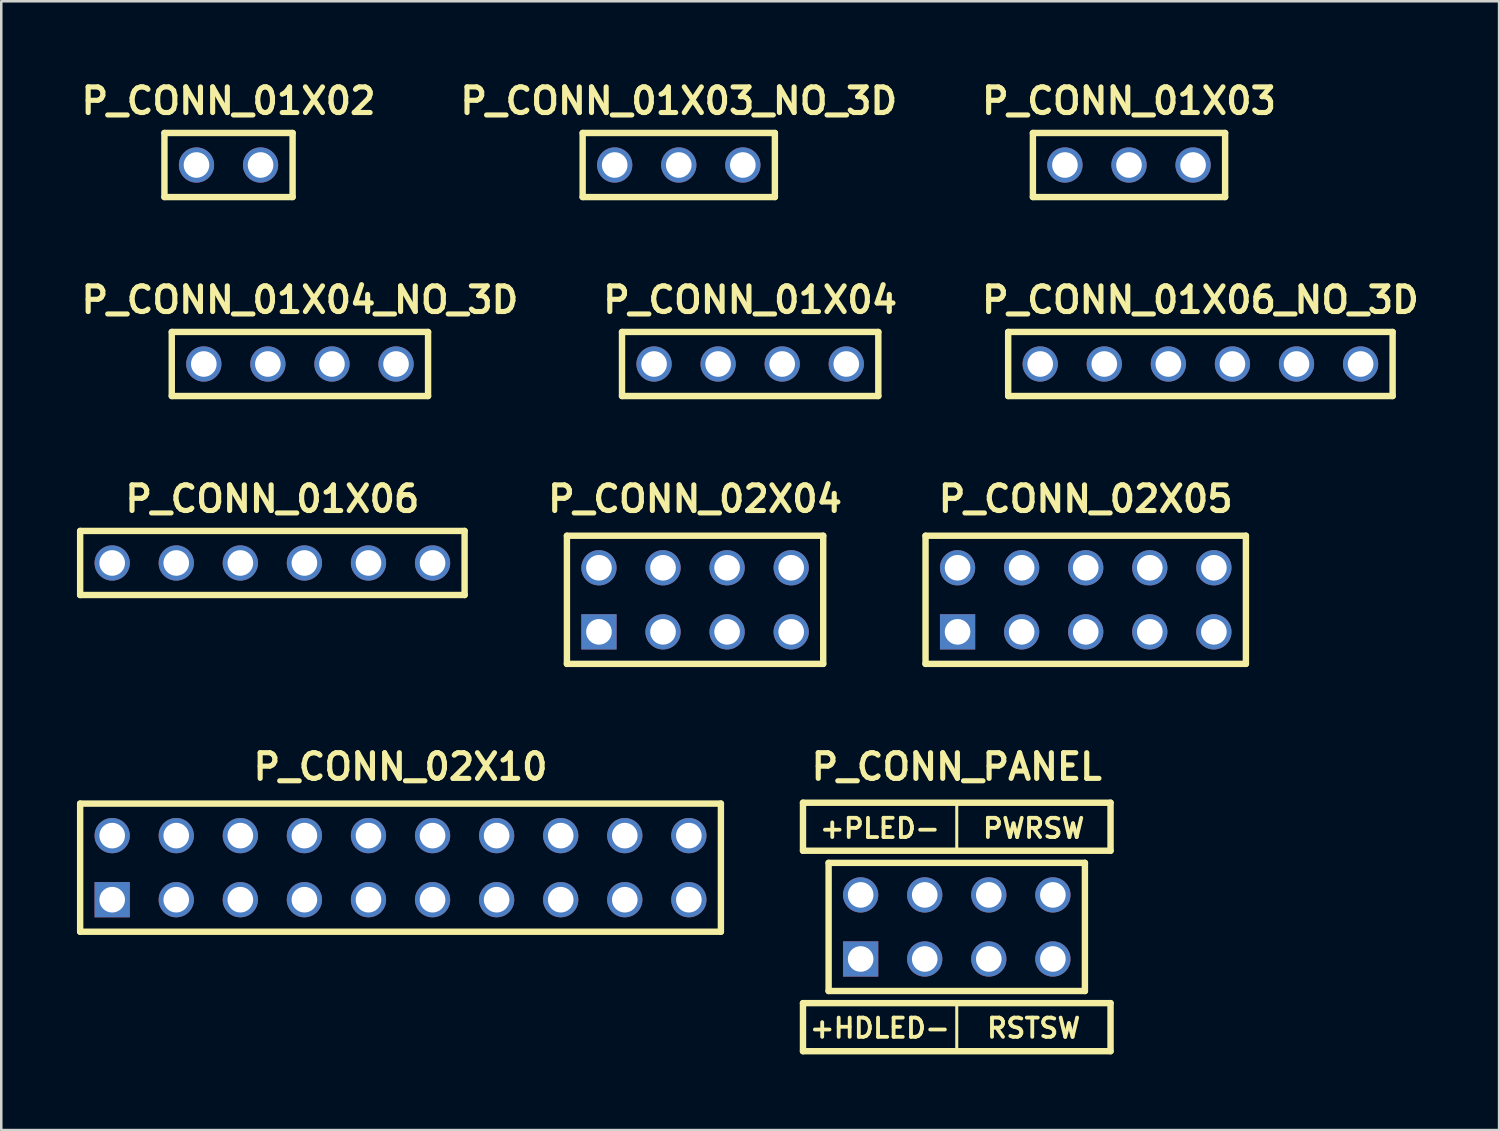
<source format=kicad_pcb>
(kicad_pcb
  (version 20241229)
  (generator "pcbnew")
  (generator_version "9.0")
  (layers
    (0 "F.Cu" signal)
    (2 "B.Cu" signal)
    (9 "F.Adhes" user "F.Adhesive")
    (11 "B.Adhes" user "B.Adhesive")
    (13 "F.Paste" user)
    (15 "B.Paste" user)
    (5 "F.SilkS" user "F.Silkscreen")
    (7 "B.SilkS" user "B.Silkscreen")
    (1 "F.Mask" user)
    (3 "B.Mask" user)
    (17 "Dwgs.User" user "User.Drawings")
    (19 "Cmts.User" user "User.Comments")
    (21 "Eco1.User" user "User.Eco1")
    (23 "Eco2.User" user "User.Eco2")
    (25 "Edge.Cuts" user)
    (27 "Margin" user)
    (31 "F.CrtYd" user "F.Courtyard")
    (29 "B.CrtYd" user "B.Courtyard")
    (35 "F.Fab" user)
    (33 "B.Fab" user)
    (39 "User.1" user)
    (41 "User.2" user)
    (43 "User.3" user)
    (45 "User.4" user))
  (footprint "P_CONN_02X10"
    (layer "F.Cu")
    (at 12.827 31.345)
    (property "Reference" "P_CONN_02X10" (at 0 -4 180) (layer "F.SilkS") (effects (font (size 1.016 1.016) (thickness 0.203))))
    (property "Value" "${VALUE}" (at 0 4 0) (layer "F.SilkS") (hide yes) (effects (font (size 1.016 0.914) (thickness 0.203) (italic yes))))
    (attr through_hole)
    (fp_line (start -12.7 -2.54) (end 12.7 -2.54) (stroke (width 0.254) (type solid)) (layer "F.SilkS"))
    (fp_line (start -12.7 2.54) (end -12.7 -2.54) (stroke (width 0.254) (type solid)) (layer "F.SilkS"))
    (fp_line (start 12.7 -2.54) (end 12.7 2.54) (stroke (width 0.254) (type solid)) (layer "F.SilkS"))
    (fp_line (start 12.7 2.54) (end -12.7 2.54) (stroke (width 0.254) (type solid)) (layer "F.SilkS"))
    (pad "1" thru_hole rect (at -11.43 1.27) (size 1.397 1.397) (drill 1.016) (layers "*.Cu" "*.Mask"))
    (pad "2" thru_hole circle (at -11.43 -1.27) (size 1.397 1.397) (drill 1.016) (layers "*.Cu" "*.Mask"))
    (pad "3" thru_hole circle (at -8.89 1.27) (size 1.397 1.397) (drill 1.016) (layers "*.Cu" "*.Mask"))
    (pad "4" thru_hole circle (at -8.89 -1.27) (size 1.397 1.397) (drill 1.016) (layers "*.Cu" "*.Mask"))
    (pad "5" thru_hole circle (at -6.35 1.27) (size 1.397 1.397) (drill 1.016) (layers "*.Cu" "*.Mask"))
    (pad "6" thru_hole circle (at -6.35 -1.27) (size 1.397 1.397) (drill 1.016) (layers "*.Cu" "*.Mask"))
    (pad "7" thru_hole circle (at -3.81 1.27) (size 1.397 1.397) (drill 1.016) (layers "*.Cu" "*.Mask"))
    (pad "8" thru_hole circle (at -3.81 -1.27) (size 1.397 1.397) (drill 1.016) (layers "*.Cu" "*.Mask"))
    (pad "9" thru_hole circle (at -1.27 1.27) (size 1.397 1.397) (drill 1.016) (layers "*.Cu" "*.Mask"))
    (pad "10" thru_hole circle (at -1.27 -1.27) (size 1.397 1.397) (drill 1.016) (layers "*.Cu" "*.Mask"))
    (pad "11" thru_hole circle (at 1.27 1.27) (size 1.397 1.397) (drill 1.016) (layers "*.Cu" "*.Mask"))
    (pad "12" thru_hole circle (at 1.27 -1.27) (size 1.397 1.397) (drill 1.016) (layers "*.Cu" "*.Mask"))
    (pad "13" thru_hole circle (at 3.81 1.27) (size 1.397 1.397) (drill 1.016) (layers "*.Cu" "*.Mask"))
    (pad "14" thru_hole circle (at 3.81 -1.27) (size 1.397 1.397) (drill 1.016) (layers "*.Cu" "*.Mask"))
    (pad "15" thru_hole circle (at 6.35 1.27) (size 1.397 1.397) (drill 1.016) (layers "*.Cu" "*.Mask"))
    (pad "16" thru_hole circle (at 6.35 -1.27) (size 1.397 1.397) (drill 1.016) (layers "*.Cu" "*.Mask"))
    (pad "17" thru_hole circle (at 8.89 1.27) (size 1.397 1.397) (drill 1.016) (layers "*.Cu" "*.Mask"))
    (pad "18" thru_hole circle (at 8.89 -1.27) (size 1.397 1.397) (drill 1.016) (layers "*.Cu" "*.Mask"))
    (pad "19" thru_hole circle (at 11.43 1.27) (size 1.397 1.397) (drill 1.016) (layers "*.Cu" "*.Mask"))
    (pad "20" thru_hole circle (at 11.43 -1.27) (size 1.397 1.397) (drill 1.016) (layers "*.Cu" "*.Mask")))
  (footprint "P_CONN_02X04"
    (layer "F.Cu")
    (at 24.503 20.727)
    (property "Reference" "P_CONN_02X04" (at 0 -4 180) (layer "F.SilkS") (effects (font (size 1.016 1.016) (thickness 0.203))))
    (property "Value" "${VALUE}" (at 0 4 0) (layer "F.SilkS") (hide yes) (effects (font (size 1.016 0.914) (thickness 0.203) (italic yes))))
    (attr through_hole)
    (fp_line (start -5.08 -2.54) (end 5.08 -2.54) (stroke (width 0.254) (type solid)) (layer "F.SilkS"))
    (fp_line (start -5.08 2.54) (end -5.08 -2.54) (stroke (width 0.254) (type solid)) (layer "F.SilkS"))
    (fp_line (start 5.08 -2.54) (end 5.08 2.54) (stroke (width 0.254) (type solid)) (layer "F.SilkS"))
    (fp_line (start 5.08 2.54) (end -5.08 2.54) (stroke (width 0.254) (type solid)) (layer "F.SilkS"))
    (pad "1" thru_hole rect (at -3.81 1.27) (size 1.397 1.397) (drill 1.016) (layers "*.Cu" "*.Mask"))
    (pad "2" thru_hole circle (at -1.27 1.27) (size 1.397 1.397) (drill 1.016) (layers "*.Cu" "*.Mask"))
    (pad "3" thru_hole circle (at 1.27 1.27) (size 1.397 1.397) (drill 1.016) (layers "*.Cu" "*.Mask"))
    (pad "4" thru_hole circle (at 3.81 1.27) (size 1.397 1.397) (drill 1.016) (layers "*.Cu" "*.Mask"))
    (pad "5" thru_hole circle (at 3.81 -1.27) (size 1.397 1.397) (drill 1.016) (layers "*.Cu" "*.Mask"))
    (pad "6" thru_hole circle (at 1.27 -1.27) (size 1.397 1.397) (drill 1.016) (layers "*.Cu" "*.Mask"))
    (pad "7" thru_hole circle (at -1.27 -1.27) (size 1.397 1.397) (drill 1.016) (layers "*.Cu" "*.Mask"))
    (pad "8" thru_hole circle (at -3.81 -1.27) (size 1.397 1.397) (drill 1.016) (layers "*.Cu" "*.Mask")))
  (footprint "P_CONN_01X02"
    (layer "F.Cu")
    (at 6.009 3.491)
    (property "Reference" "P_CONN_01X02" (at 0 -2.54 0) (layer "F.SilkS") (effects (font (size 1.016 1.016) (thickness 0.203))))
    (property "Value" "${VALUE}" (at 0 2.54 0) (layer "F.SilkS") (hide yes) (effects (font (size 1.016 0.914) (thickness 0.203) (italic yes))))
    (attr through_hole)
    (fp_line (start -2.54 -1.27) (end -2.54 1.27) (stroke (width 0.254) (type solid)) (layer "F.SilkS"))
    (fp_line (start -2.54 1.27) (end 2.54 1.27) (stroke (width 0.254) (type solid)) (layer "F.SilkS"))
    (fp_line (start 2.54 -1.27) (end -2.54 -1.27) (stroke (width 0.254) (type solid)) (layer "F.SilkS"))
    (fp_line (start 2.54 -1.27) (end 2.54 1.27) (stroke (width 0.254) (type solid)) (layer "F.SilkS"))
    (pad "1" thru_hole circle (at -1.27 0) (size 1.397 1.397) (drill 1.016) (layers "*.Cu" "*.Mask"))
    (pad "2" thru_hole circle (at 1.27 0) (size 1.397 1.397) (drill 1.016) (layers "*.Cu" "*.Mask")))
  (footprint "P_CONN_01X06_NO_3D"
    (layer "F.Cu")
    (at 44.535 11.379)
    (property "Reference" "P_CONN_01X06_NO_3D" (at 0 -2.54 180) (layer "F.SilkS") (effects (font (size 1.016 1.016) (thickness 0.203))))
    (property "Value" "${VALUE}" (at 0 2.54 0) (layer "F.SilkS") (hide yes) (effects (font (size 1.016 0.914) (thickness 0.203) (italic yes))))
    (attr through_hole)
    (fp_line (start -7.62 -1.27) (end 7.62 -1.27) (stroke (width 0.254) (type solid)) (layer "F.SilkS"))
    (fp_line (start -7.62 1.27) (end -7.62 -1.27) (stroke (width 0.254) (type solid)) (layer "F.SilkS"))
    (fp_line (start 7.62 -1.27) (end 7.62 1.27) (stroke (width 0.254) (type solid)) (layer "F.SilkS"))
    (fp_line (start 7.62 1.27) (end -7.62 1.27) (stroke (width 0.254) (type solid)) (layer "F.SilkS"))
    (pad "1" thru_hole circle (at -6.35 0) (size 1.397 1.397) (drill 1.016) (layers "*.Cu" "*.Mask"))
    (pad "2" thru_hole circle (at -3.81 0) (size 1.397 1.397) (drill 1.016) (layers "*.Cu" "*.Mask"))
    (pad "3" thru_hole circle (at -1.27 0) (size 1.397 1.397) (drill 1.016) (layers "*.Cu" "*.Mask"))
    (pad "4" thru_hole circle (at 1.27 0) (size 1.397 1.397) (drill 1.016) (layers "*.Cu" "*.Mask"))
    (pad "5" thru_hole circle (at 3.81 0) (size 1.397 1.397) (drill 1.016) (layers "*.Cu" "*.Mask"))
    (pad "6" thru_hole circle (at 6.35 0) (size 1.397 1.397) (drill 1.016) (layers "*.Cu" "*.Mask")))
  (footprint "P_CONN_PANEL"
    (layer "F.Cu")
    (at 34.877 33.695)
    (property "Reference" "P_CONN_PANEL" (at 0 -6.35 180) (layer "F.SilkS") (effects (font (size 1.016 1.016) (thickness 0.203))))
    (property "Value" "${VALUE}" (at 0 6.35 0) (layer "F.SilkS") (hide yes) (effects (font (size 1.016 0.914) (thickness 0.203) (italic yes))))
    (attr through_hole)
    (fp_line (start -6.096 -4.925) (end 6.096 -4.925) (stroke (width 0.254) (type default)) (layer "F.SilkS"))
    (fp_line (start -6.096 -3.02) (end -6.096 -4.925) (stroke (width 0.254) (type default)) (layer "F.SilkS"))
    (fp_line (start -6.096 3.02) (end 6.096 3.02) (stroke (width 0.254) (type default)) (layer "F.SilkS"))
    (fp_line (start -6.096 4.925) (end -6.096 3.02) (stroke (width 0.254) (type default)) (layer "F.SilkS"))
    (fp_line (start -5.08 -2.54) (end 5.08 -2.54) (stroke (width 0.254) (type solid)) (layer "F.SilkS"))
    (fp_line (start -5.08 2.54) (end -5.08 -2.54) (stroke (width 0.254) (type solid)) (layer "F.SilkS"))
    (fp_line (start 0 -4.925) (end 0 -3.02) (stroke (width 0.12) (type default)) (layer "F.SilkS"))
    (fp_line (start 0 3.02) (end 0 4.925) (stroke (width 0.12) (type default)) (layer "F.SilkS"))
    (fp_line (start 5.08 -2.54) (end 5.08 2.54) (stroke (width 0.254) (type solid)) (layer "F.SilkS"))
    (fp_line (start 5.08 2.54) (end -5.08 2.54) (stroke (width 0.254) (type solid)) (layer "F.SilkS"))
    (fp_line (start 6.096 -4.925) (end 6.096 -3.02) (stroke (width 0.254) (type default)) (layer "F.SilkS"))
    (fp_line (start 6.096 -3.02) (end -6.096 -3.02) (stroke (width 0.254) (type default)) (layer "F.SilkS"))
    (fp_line (start 6.096 3.02) (end 6.096 4.925) (stroke (width 0.254) (type default)) (layer "F.SilkS"))
    (fp_line (start 6.096 4.925) (end -6.096 4.925) (stroke (width 0.254) (type default)) (layer "F.SilkS"))
    (fp_text user "RSTSW" (at 3.048 4.011 0) (unlocked yes) (layer "F.SilkS") (effects (font (size 0.762 0.762) (thickness 0.152) (bold yes))))
    (fp_text user "+HDLED-" (at -3.048 4.011 0) (unlocked yes) (layer "F.SilkS") (effects (font (size 0.762 0.762) (thickness 0.152) (bold yes))))
    (fp_text user "+PLED-" (at -3.048 -3.909 0) (unlocked yes) (layer "F.SilkS") (effects (font (size 0.762 0.762) (thickness 0.152) (bold yes))))
    (fp_text user "PWRSW" (at 3.048 -3.909 0) (unlocked yes) (layer "F.SilkS") (effects (font (size 0.762 0.762) (thickness 0.152) (bold yes))))
    (pad "1" thru_hole rect (at -3.81 1.27) (size 1.397 1.397) (drill 1.016) (layers "*.Cu" "*.Mask"))
    (pad "2" thru_hole circle (at -1.27 1.27) (size 1.397 1.397) (drill 1.016) (layers "*.Cu" "*.Mask"))
    (pad "3" thru_hole circle (at 1.27 1.27) (size 1.397 1.397) (drill 1.016) (layers "*.Cu" "*.Mask"))
    (pad "4" thru_hole circle (at 3.81 1.27) (size 1.397 1.397) (drill 1.016) (layers "*.Cu" "*.Mask"))
    (pad "5" thru_hole circle (at 3.81 -1.27) (size 1.397 1.397) (drill 1.016) (layers "*.Cu" "*.Mask"))
    (pad "6" thru_hole circle (at 1.27 -1.27) (size 1.397 1.397) (drill 1.016) (layers "*.Cu" "*.Mask"))
    (pad "7" thru_hole circle (at -1.27 -1.27) (size 1.397 1.397) (drill 1.016) (layers "*.Cu" "*.Mask"))
    (pad "8" thru_hole circle (at -3.81 -1.27) (size 1.397 1.397) (drill 1.016) (layers "*.Cu" "*.Mask")))
  (footprint "P_CONN_01X04_NO_3D"
    (layer "F.Cu")
    (at 8.839 11.379)
    (property "Reference" "P_CONN_01X04_NO_3D" (at 0 -2.54 180) (layer "F.SilkS") (effects (font (size 1.016 1.016) (thickness 0.203))))
    (property "Value" "${VALUE}" (at 0 2.54 0) (layer "F.SilkS") (hide yes) (effects (font (size 1.016 0.914) (thickness 0.203) (italic yes))))
    (attr through_hole)
    (fp_line (start -5.08 -1.27) (end 5.08 -1.27) (stroke (width 0.254) (type solid)) (layer "F.SilkS"))
    (fp_line (start -5.08 1.27) (end -5.08 -1.27) (stroke (width 0.254) (type solid)) (layer "F.SilkS"))
    (fp_line (start 5.08 -1.27) (end 5.08 1.27) (stroke (width 0.254) (type solid)) (layer "F.SilkS"))
    (fp_line (start 5.08 1.27) (end -5.08 1.27) (stroke (width 0.254) (type solid)) (layer "F.SilkS"))
    (pad "1" thru_hole circle (at -3.81 0) (size 1.397 1.397) (drill 1.016) (layers "*.Cu" "*.Mask"))
    (pad "2" thru_hole circle (at -1.27 0) (size 1.397 1.397) (drill 1.016) (layers "*.Cu" "*.Mask"))
    (pad "3" thru_hole circle (at 1.27 0) (size 1.397 1.397) (drill 1.016) (layers "*.Cu" "*.Mask"))
    (pad "4" thru_hole circle (at 3.81 0) (size 1.397 1.397) (drill 1.016) (layers "*.Cu" "*.Mask")))
  (footprint "P_CONN_02X05"
    (layer "F.Cu")
    (at 39.989 20.727)
    (property "Reference" "P_CONN_02X05" (at 0 -4 180) (layer "F.SilkS") (effects (font (size 1.016 1.016) (thickness 0.203))))
    (property "Value" "${VALUE}" (at 0 4 0) (layer "F.SilkS") (hide yes) (effects (font (size 1.016 0.914) (thickness 0.203) (italic yes))))
    (attr through_hole)
    (fp_line (start -6.35 -2.54) (end 6.35 -2.54) (stroke (width 0.254) (type solid)) (layer "F.SilkS"))
    (fp_line (start -6.35 2.54) (end -6.35 -2.54) (stroke (width 0.254) (type solid)) (layer "F.SilkS"))
    (fp_line (start 6.35 -2.54) (end 6.35 2.54) (stroke (width 0.254) (type solid)) (layer "F.SilkS"))
    (fp_line (start 6.35 2.54) (end -6.35 2.54) (stroke (width 0.254) (type solid)) (layer "F.SilkS"))
    (pad "1" thru_hole rect (at -5.08 1.27) (size 1.397 1.397) (drill 1.016) (layers "*.Cu" "*.Mask"))
    (pad "2" thru_hole circle (at -5.08 -1.27) (size 1.397 1.397) (drill 1.016) (layers "*.Cu" "*.Mask"))
    (pad "3" thru_hole circle (at -2.54 1.27) (size 1.397 1.397) (drill 1.016) (layers "*.Cu" "*.Mask"))
    (pad "4" thru_hole circle (at -2.54 -1.27) (size 1.397 1.397) (drill 1.016) (layers "*.Cu" "*.Mask"))
    (pad "5" thru_hole circle (at 0 1.27) (size 1.397 1.397) (drill 1.016) (layers "*.Cu" "*.Mask"))
    (pad "6" thru_hole circle (at 0 -1.27) (size 1.397 1.397) (drill 1.016) (layers "*.Cu" "*.Mask"))
    (pad "7" thru_hole circle (at 2.54 1.27) (size 1.397 1.397) (drill 1.016) (layers "*.Cu" "*.Mask"))
    (pad "8" thru_hole circle (at 2.54 -1.27) (size 1.397 1.397) (drill 1.016) (layers "*.Cu" "*.Mask"))
    (pad "9" thru_hole circle (at 5.08 1.27) (size 1.397 1.397) (drill 1.016) (layers "*.Cu" "*.Mask"))
    (pad "10" thru_hole circle (at 5.08 -1.27) (size 1.397 1.397) (drill 1.016) (layers "*.Cu" "*.Mask")))
  (footprint "P_CONN_01X04"
    (layer "F.Cu")
    (at 26.687 11.379)
    (property "Reference" "P_CONN_01X04" (at 0 -2.54 180) (layer "F.SilkS") (effects (font (size 1.016 1.016) (thickness 0.203))))
    (property "Value" "${VALUE}" (at 0 2.54 0) (layer "F.SilkS") (hide yes) (effects (font (size 1.016 0.914) (thickness 0.203) (italic yes))))
    (attr through_hole)
    (fp_line (start -5.08 -1.27) (end 5.08 -1.27) (stroke (width 0.254) (type solid)) (layer "F.SilkS"))
    (fp_line (start -5.08 1.27) (end -5.08 -1.27) (stroke (width 0.254) (type solid)) (layer "F.SilkS"))
    (fp_line (start 5.08 -1.27) (end 5.08 1.27) (stroke (width 0.254) (type solid)) (layer "F.SilkS"))
    (fp_line (start 5.08 1.27) (end -5.08 1.27) (stroke (width 0.254) (type solid)) (layer "F.SilkS"))
    (pad "1" thru_hole circle (at -3.81 0) (size 1.397 1.397) (drill 1.016) (layers "*.Cu" "*.Mask"))
    (pad "2" thru_hole circle (at -1.27 0) (size 1.397 1.397) (drill 1.016) (layers "*.Cu" "*.Mask"))
    (pad "3" thru_hole circle (at 1.27 0) (size 1.397 1.397) (drill 1.016) (layers "*.Cu" "*.Mask"))
    (pad "4" thru_hole circle (at 3.81 0) (size 1.397 1.397) (drill 1.016) (layers "*.Cu" "*.Mask")))
  (footprint "P_CONN_01X03_NO_3D"
    (layer "F.Cu")
    (at 23.857 3.491)
    (property "Reference" "P_CONN_01X03_NO_3D" (at 0 -2.54 180) (layer "F.SilkS") (effects (font (size 1.016 1.016) (thickness 0.203))))
    (property "Value" "${VALUE}" (at 0 2.54 0) (layer "F.SilkS") (hide yes) (effects (font (size 1.016 0.914) (thickness 0.203) (italic yes))))
    (attr through_hole)
    (fp_line (start -3.81 -1.27) (end 3.81 -1.27) (stroke (width 0.254) (type solid)) (layer "F.SilkS"))
    (fp_line (start -3.81 1.27) (end -3.81 -1.27) (stroke (width 0.254) (type solid)) (layer "F.SilkS"))
    (fp_line (start 3.81 -1.27) (end 3.81 1.27) (stroke (width 0.254) (type solid)) (layer "F.SilkS"))
    (fp_line (start 3.81 1.27) (end -3.81 1.27) (stroke (width 0.254) (type solid)) (layer "F.SilkS"))
    (pad "1" thru_hole circle (at -2.54 0) (size 1.397 1.397) (drill 1.016) (layers "*.Cu" "*.Mask"))
    (pad "2" thru_hole circle (at 0 0) (size 1.397 1.397) (drill 1.016) (layers "*.Cu" "*.Mask"))
    (pad "3" thru_hole circle (at 2.54 0) (size 1.397 1.397) (drill 1.016) (layers "*.Cu" "*.Mask")))
  (footprint "P_CONN_01X06"
    (layer "F.Cu")
    (at 7.747 19.267)
    (property "Reference" "P_CONN_01X06" (at 0 -2.54 180) (layer "F.SilkS") (effects (font (size 1.016 1.016) (thickness 0.203))))
    (property "Value" "${VALUE}" (at 0 2.54 0) (layer "F.SilkS") (hide yes) (effects (font (size 1.016 0.914) (thickness 0.203) (italic yes))))
    (attr through_hole)
    (fp_line (start -7.62 -1.27) (end 7.62 -1.27) (stroke (width 0.254) (type solid)) (layer "F.SilkS"))
    (fp_line (start -7.62 1.27) (end -7.62 -1.27) (stroke (width 0.254) (type solid)) (layer "F.SilkS"))
    (fp_line (start 7.62 -1.27) (end 7.62 1.27) (stroke (width 0.254) (type solid)) (layer "F.SilkS"))
    (fp_line (start 7.62 1.27) (end -7.62 1.27) (stroke (width 0.254) (type solid)) (layer "F.SilkS"))
    (pad "1" thru_hole circle (at -6.35 0) (size 1.397 1.397) (drill 1.016) (layers "*.Cu" "*.Mask"))
    (pad "2" thru_hole circle (at -3.81 0) (size 1.397 1.397) (drill 1.016) (layers "*.Cu" "*.Mask"))
    (pad "3" thru_hole circle (at -1.27 0) (size 1.397 1.397) (drill 1.016) (layers "*.Cu" "*.Mask"))
    (pad "4" thru_hole circle (at 1.27 0) (size 1.397 1.397) (drill 1.016) (layers "*.Cu" "*.Mask"))
    (pad "5" thru_hole circle (at 3.81 0) (size 1.397 1.397) (drill 1.016) (layers "*.Cu" "*.Mask"))
    (pad "6" thru_hole circle (at 6.35 0) (size 1.397 1.397) (drill 1.016) (layers "*.Cu" "*.Mask")))
  (footprint "P_CONN_01X03"
    (layer "F.Cu")
    (at 41.705 3.491)
    (property "Reference" "P_CONN_01X03" (at 0 -2.54 0) (layer "F.SilkS") (effects (font (size 1.016 1.016) (thickness 0.203))))
    (property "Value" "${VALUE}" (at 0 2.54 0) (layer "F.SilkS") (hide yes) (effects (font (size 1.016 0.914) (thickness 0.203) (italic yes))))
    (attr through_hole)
    (fp_line (start -3.81 -1.27) (end 3.81 -1.27) (stroke (width 0.254) (type solid)) (layer "F.SilkS"))
    (fp_line (start -3.81 1.27) (end -3.81 -1.27) (stroke (width 0.254) (type solid)) (layer "F.SilkS"))
    (fp_line (start 3.81 -1.27) (end 3.81 1.27) (stroke (width 0.254) (type solid)) (layer "F.SilkS"))
    (fp_line (start 3.81 1.27) (end -3.81 1.27) (stroke (width 0.254) (type solid)) (layer "F.SilkS"))
    (pad "1" thru_hole circle (at -2.54 0) (size 1.397 1.397) (drill 1.016) (layers "*.Cu" "*.Mask"))
    (pad "2" thru_hole circle (at 0 0) (size 1.397 1.397) (drill 1.016) (layers "*.Cu" "*.Mask"))
    (pad "3" thru_hole circle (at 2.54 0) (size 1.397 1.397) (drill 1.016) (layers "*.Cu" "*.Mask")))
  (gr_rect
    (start -3 -3)
    (end 56.375 41.747)
    (stroke (width 0.1) (type default))
    (fill no)
    (layer "Edge.Cuts")))
</source>
